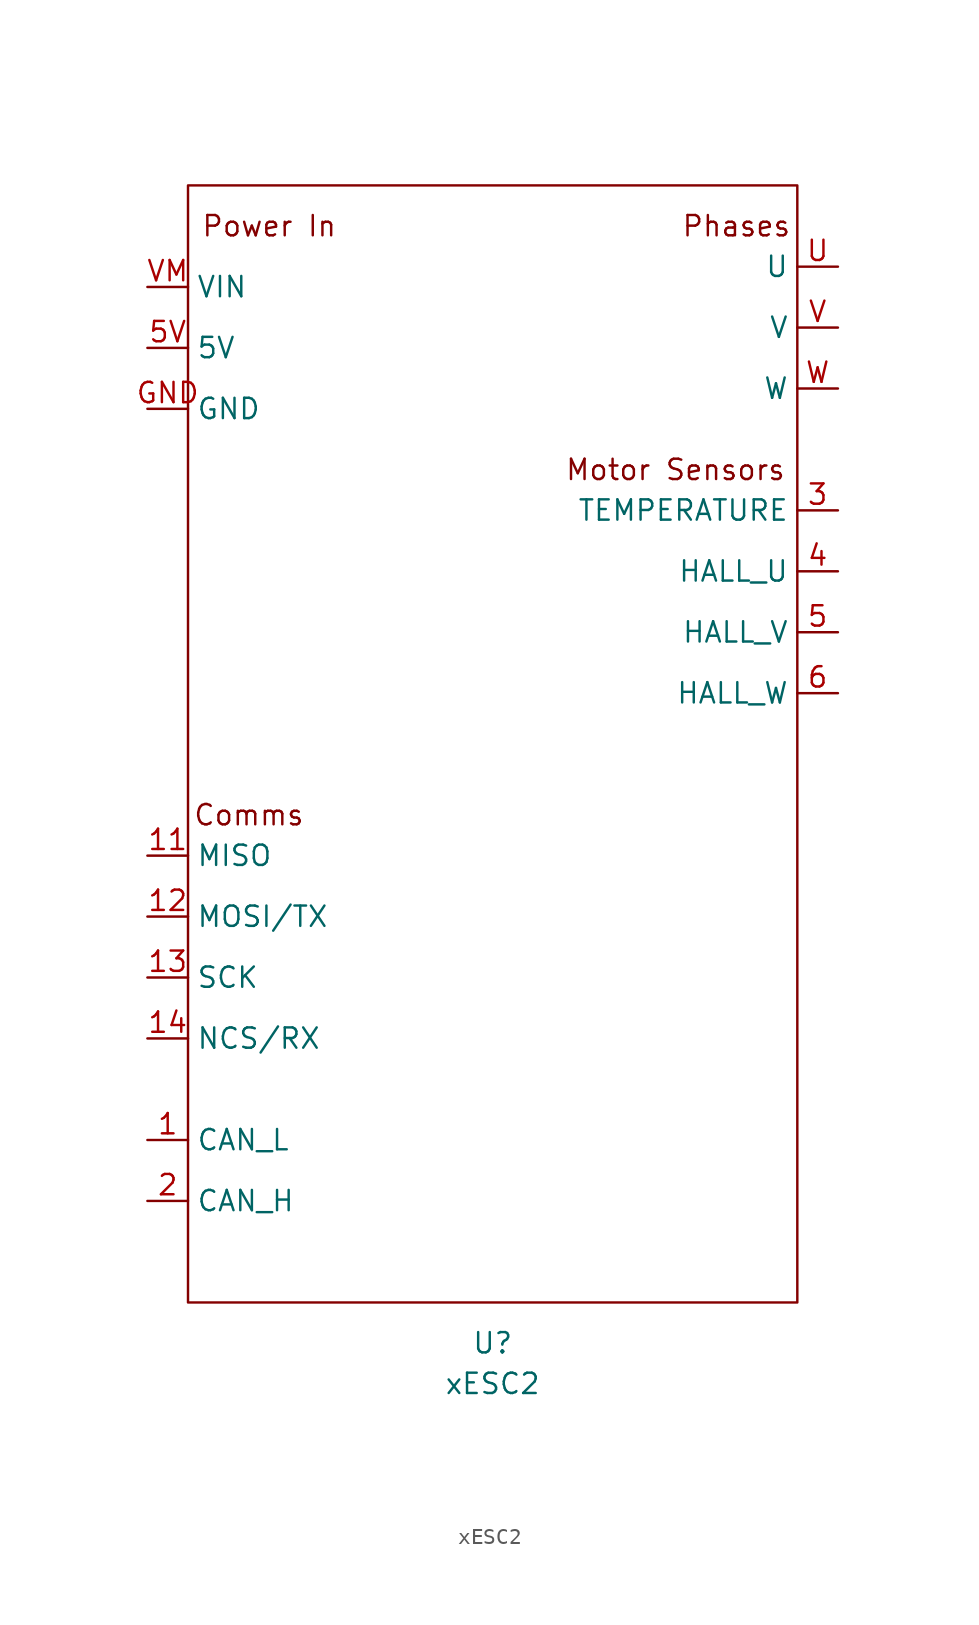
<source format=kicad_sym>
(kicad_symbol_lib
  (version 20231120)
  (generator "kicad_symbol_editor")
  (generator_version "8.0")
  (symbol "xESC2"
    (property "Reference" "U"
      (at -2.54 -22.86 0)
      (effects (font (size 1.27 1.27))))
    (property "Value" "xESC2"
      (at -2.54 -25.4 0)
      (effects (font (size 1.27 1.27))))
    (symbol "xESC2_0_0"
      (text "Comms" (at -17.78 10.16 0) (effects (font (size 1.27 1.27))))
      (text "Motor Sensors" (at 8.89 31.75 0) (effects (font (size 1.27 1.27))))
      (text "Phases" (at 12.7 46.99 0) (effects (font (size 1.27 1.27))))
      (text "Power In" (at -16.51 46.99 0) (effects (font (size 1.27 1.27)))))
    (symbol "xESC2_0_1"
      (rectangle (start -21.59 49.53) (end 16.51 -20.32) (stroke (width 0) (type default)) (fill (type none))))
    (symbol "xESC2_1_1"
      (pin input line (at -24.13 -10.16 0) (length 2.54) (name "CAN_L" (effects (font (size 1.27 1.27)))) (number "1" (effects (font (size 1.27 1.27)))))
      (pin input line (at -24.13 7.62 0) (length 2.54) (name "MISO" (effects (font (size 1.27 1.27)))) (number "11" (effects (font (size 1.27 1.27)))))
      (pin input line (at -24.13 3.81 0) (length 2.54) (name "MOSI/TX" (effects (font (size 1.27 1.27)))) (number "12" (effects (font (size 1.27 1.27)))))
      (pin input line (at -24.13 0 0) (length 2.54) (name "SCK" (effects (font (size 1.27 1.27)))) (number "13" (effects (font (size 1.27 1.27)))))
      (pin input line (at -24.13 -3.81 0) (length 2.54) (name "NCS/RX" (effects (font (size 1.27 1.27)))) (number "14" (effects (font (size 1.27 1.27)))))
      (pin input line (at -24.13 -13.97 0) (length 2.54) (name "CAN_H" (effects (font (size 1.27 1.27)))) (number "2" (effects (font (size 1.27 1.27)))))
      (pin input line (at 19.05 29.21 180) (length 2.54) (name "TEMPERATURE" (effects (font (size 1.27 1.27)))) (number "3" (effects (font (size 1.27 1.27)))))
      (pin input line (at 19.05 25.4 180) (length 2.54) (name "HALL_U" (effects (font (size 1.27 1.27)))) (number "4" (effects (font (size 1.27 1.27)))))
      (pin input line (at 19.05 21.59 180) (length 2.54) (name "HALL_V" (effects (font (size 1.27 1.27)))) (number "5" (effects (font (size 1.27 1.27)))))
      (pin input line (at -24.13 39.37 0) (length 2.54) (name "5V" (effects (font (size 1.27 1.27)))) (number "5V" (effects (font (size 1.27 1.27)))))
      (pin input line (at 19.05 17.78 180) (length 2.54) (name "HALL_W" (effects (font (size 1.27 1.27)))) (number "6" (effects (font (size 1.27 1.27)))))
      (pin input line (at -24.13 35.56 0) (length 2.54) (name "GND" (effects (font (size 1.27 1.27)))) (number "GND" (effects (font (size 1.27 1.27)))))
      (pin output line (at 19.05 44.45 180) (length 2.54) (name "U" (effects (font (size 1.27 1.27)))) (number "U" (effects (font (size 1.27 1.27)))))
      (pin output line (at 19.05 40.64 180) (length 2.54) (name "V" (effects (font (size 1.27 1.27)))) (number "V" (effects (font (size 1.27 1.27)))))
      (pin input line (at -24.13 43.18 0) (length 2.54) (name "VIN" (effects (font (size 1.27 1.27)))) (number "VM" (effects (font (size 1.27 1.27)))))
      (pin output line (at 19.05 36.83 180) (length 2.54) (name "W" (effects (font (size 1.27 1.27)))) (number "W" (effects (font (size 1.27 1.27))))))))
</source>
